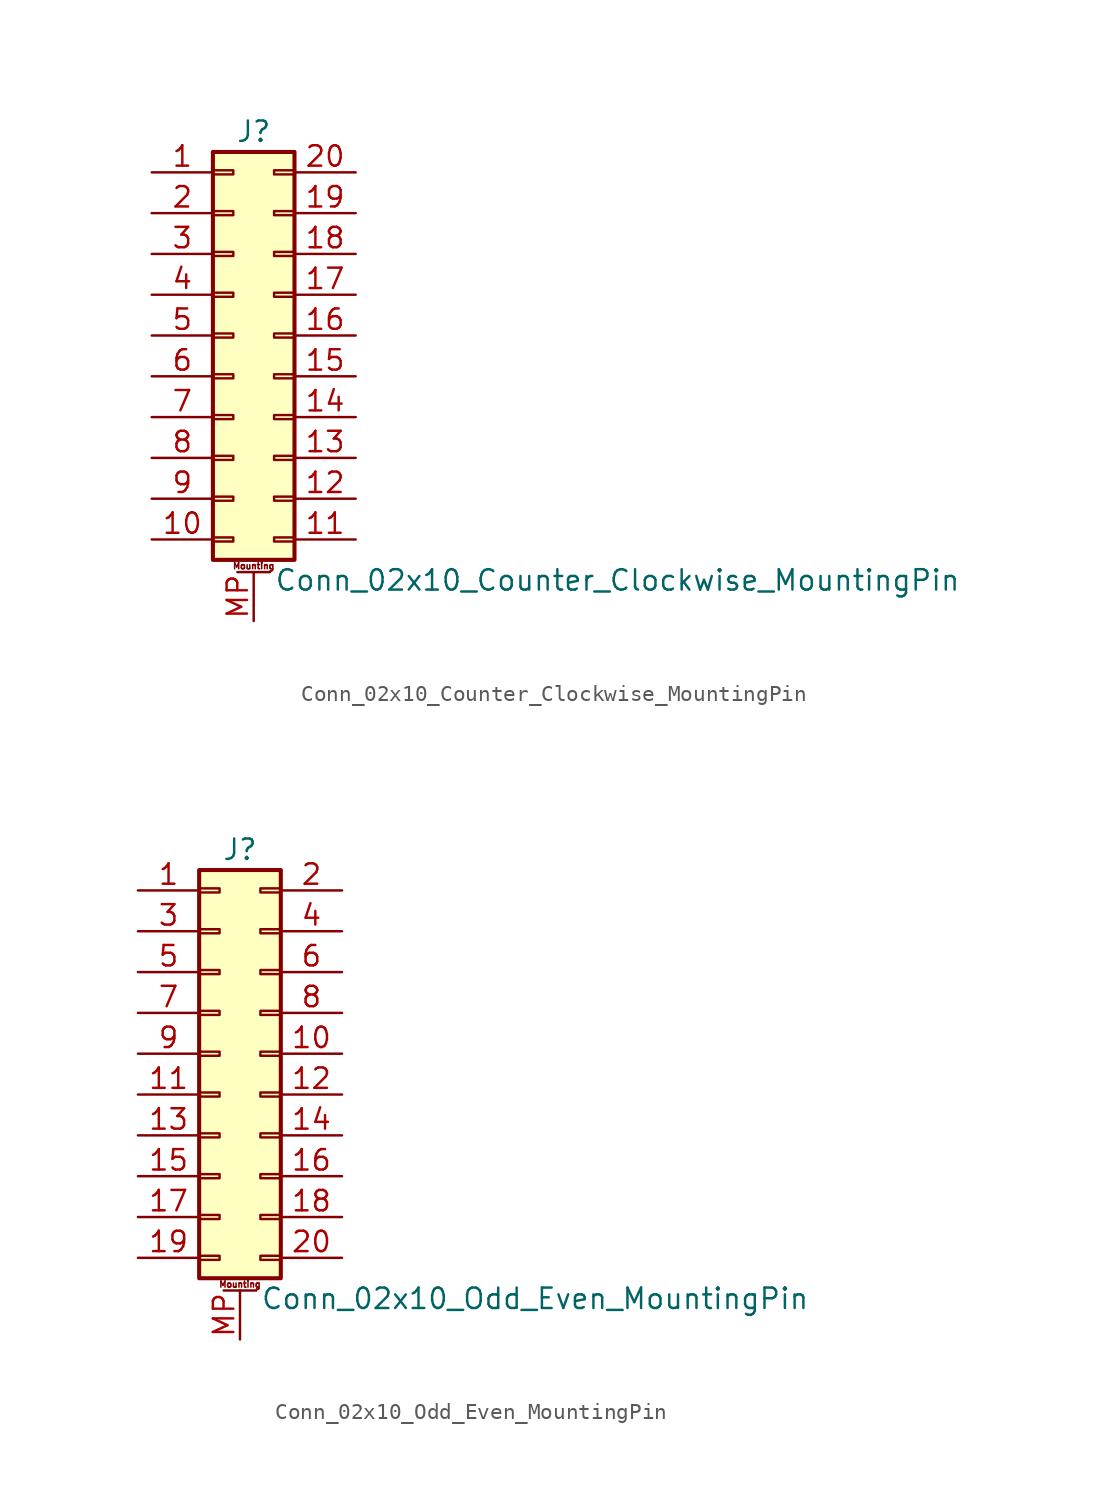
<source format=kicad_sym>
(kicad_symbol_lib
  (version 20211014)
  (generator kicad_symbol_editor)
  (symbol "Conn_02x10_Counter_Clockwise_MountingPin"
    (pin_names
      (offset 1.016) hide)
    (property "Reference" "J"
      (at 1.27 12.7 0)
      (effects (font (size 1.27 1.27))))
    (property "Value" "Conn_02x10_Counter_Clockwise_MountingPin"
      (at 2.54 -15.24 0)
      (effects (font (size 1.27 1.27)) (justify left)))
    (symbol "Conn_02x10_Counter_Clockwise_MountingPin_1_1"
      (rectangle (start -1.27 -12.573) (end 0 -12.827) (stroke (width 0.152) (type default) (color 0 0 0 0)) (fill (type none)))
      (rectangle (start -1.27 -10.033) (end 0 -10.287) (stroke (width 0.152) (type default) (color 0 0 0 0)) (fill (type none)))
      (rectangle (start -1.27 -7.493) (end 0 -7.747) (stroke (width 0.152) (type default) (color 0 0 0 0)) (fill (type none)))
      (rectangle (start -1.27 -4.953) (end 0 -5.207) (stroke (width 0.152) (type default) (color 0 0 0 0)) (fill (type none)))
      (rectangle (start -1.27 -2.413) (end 0 -2.667) (stroke (width 0.152) (type default) (color 0 0 0 0)) (fill (type none)))
      (rectangle (start -1.27 0.127) (end 0 -0.127) (stroke (width 0.152) (type default) (color 0 0 0 0)) (fill (type none)))
      (rectangle (start -1.27 2.667) (end 0 2.413) (stroke (width 0.152) (type default) (color 0 0 0 0)) (fill (type none)))
      (rectangle (start -1.27 5.207) (end 0 4.953) (stroke (width 0.152) (type default) (color 0 0 0 0)) (fill (type none)))
      (rectangle (start -1.27 7.747) (end 0 7.493) (stroke (width 0.152) (type default) (color 0 0 0 0)) (fill (type none)))
      (rectangle (start -1.27 10.287) (end 0 10.033) (stroke (width 0.152) (type default) (color 0 0 0 0)) (fill (type none)))
      (rectangle (start -1.27 11.43) (end 3.81 -13.97) (stroke (width 0.254) (type default) (color 0 0 0 0)) (fill (type background)))
      (polyline (pts (xy 0.254 -14.732) (xy 2.286 -14.732)) (stroke (width 0.152) (type default) (color 0 0 0 0)) (fill (type none)))
      (rectangle (start 3.81 -12.573) (end 2.54 -12.827) (stroke (width 0.152) (type default) (color 0 0 0 0)) (fill (type none)))
      (rectangle (start 3.81 -10.033) (end 2.54 -10.287) (stroke (width 0.152) (type default) (color 0 0 0 0)) (fill (type none)))
      (rectangle (start 3.81 -7.493) (end 2.54 -7.747) (stroke (width 0.152) (type default) (color 0 0 0 0)) (fill (type none)))
      (rectangle (start 3.81 -4.953) (end 2.54 -5.207) (stroke (width 0.152) (type default) (color 0 0 0 0)) (fill (type none)))
      (rectangle (start 3.81 -2.413) (end 2.54 -2.667) (stroke (width 0.152) (type default) (color 0 0 0 0)) (fill (type none)))
      (rectangle (start 3.81 0.127) (end 2.54 -0.127) (stroke (width 0.152) (type default) (color 0 0 0 0)) (fill (type none)))
      (rectangle (start 3.81 2.667) (end 2.54 2.413) (stroke (width 0.152) (type default) (color 0 0 0 0)) (fill (type none)))
      (rectangle (start 3.81 5.207) (end 2.54 4.953) (stroke (width 0.152) (type default) (color 0 0 0 0)) (fill (type none)))
      (rectangle (start 3.81 7.747) (end 2.54 7.493) (stroke (width 0.152) (type default) (color 0 0 0 0)) (fill (type none)))
      (rectangle (start 3.81 10.287) (end 2.54 10.033) (stroke (width 0.152) (type default) (color 0 0 0 0)) (fill (type none)))
      (text "Mounting" (at 1.27 -14.351 0) (effects (font (size 0.381 0.381))))
      (pin passive line (at -5.08 10.16 0) (length 3.81) (name "Pin_1" (effects (font (size 1.27 1.27)))) (number "1" (effects (font (size 1.27 1.27)))))
      (pin passive line (at -5.08 -12.7 0) (length 3.81) (name "Pin_10" (effects (font (size 1.27 1.27)))) (number "10" (effects (font (size 1.27 1.27)))))
      (pin passive line (at 7.62 -12.7 180) (length 3.81) (name "Pin_11" (effects (font (size 1.27 1.27)))) (number "11" (effects (font (size 1.27 1.27)))))
      (pin passive line (at 7.62 -10.16 180) (length 3.81) (name "Pin_12" (effects (font (size 1.27 1.27)))) (number "12" (effects (font (size 1.27 1.27)))))
      (pin passive line (at 7.62 -7.62 180) (length 3.81) (name "Pin_13" (effects (font (size 1.27 1.27)))) (number "13" (effects (font (size 1.27 1.27)))))
      (pin passive line (at 7.62 -5.08 180) (length 3.81) (name "Pin_14" (effects (font (size 1.27 1.27)))) (number "14" (effects (font (size 1.27 1.27)))))
      (pin passive line (at 7.62 -2.54 180) (length 3.81) (name "Pin_15" (effects (font (size 1.27 1.27)))) (number "15" (effects (font (size 1.27 1.27)))))
      (pin passive line (at 7.62 0 180) (length 3.81) (name "Pin_16" (effects (font (size 1.27 1.27)))) (number "16" (effects (font (size 1.27 1.27)))))
      (pin passive line (at 7.62 2.54 180) (length 3.81) (name "Pin_17" (effects (font (size 1.27 1.27)))) (number "17" (effects (font (size 1.27 1.27)))))
      (pin passive line (at 7.62 5.08 180) (length 3.81) (name "Pin_18" (effects (font (size 1.27 1.27)))) (number "18" (effects (font (size 1.27 1.27)))))
      (pin passive line (at 7.62 7.62 180) (length 3.81) (name "Pin_19" (effects (font (size 1.27 1.27)))) (number "19" (effects (font (size 1.27 1.27)))))
      (pin passive line (at -5.08 7.62 0) (length 3.81) (name "Pin_2" (effects (font (size 1.27 1.27)))) (number "2" (effects (font (size 1.27 1.27)))))
      (pin passive line (at 7.62 10.16 180) (length 3.81) (name "Pin_20" (effects (font (size 1.27 1.27)))) (number "20" (effects (font (size 1.27 1.27)))))
      (pin passive line (at -5.08 5.08 0) (length 3.81) (name "Pin_3" (effects (font (size 1.27 1.27)))) (number "3" (effects (font (size 1.27 1.27)))))
      (pin passive line (at -5.08 2.54 0) (length 3.81) (name "Pin_4" (effects (font (size 1.27 1.27)))) (number "4" (effects (font (size 1.27 1.27)))))
      (pin passive line (at -5.08 0 0) (length 3.81) (name "Pin_5" (effects (font (size 1.27 1.27)))) (number "5" (effects (font (size 1.27 1.27)))))
      (pin passive line (at -5.08 -2.54 0) (length 3.81) (name "Pin_6" (effects (font (size 1.27 1.27)))) (number "6" (effects (font (size 1.27 1.27)))))
      (pin passive line (at -5.08 -5.08 0) (length 3.81) (name "Pin_7" (effects (font (size 1.27 1.27)))) (number "7" (effects (font (size 1.27 1.27)))))
      (pin passive line (at -5.08 -7.62 0) (length 3.81) (name "Pin_8" (effects (font (size 1.27 1.27)))) (number "8" (effects (font (size 1.27 1.27)))))
      (pin passive line (at -5.08 -10.16 0) (length 3.81) (name "Pin_9" (effects (font (size 1.27 1.27)))) (number "9" (effects (font (size 1.27 1.27)))))
      (pin passive line (at 1.27 -17.78 90) (length 3.048) (name "MountPin" (effects (font (size 1.27 1.27)))) (number "MP" (effects (font (size 1.27 1.27)))))))
  (symbol "Conn_02x10_Odd_Even_MountingPin"
    (pin_names
      (offset 1.016) hide)
    (property "Reference" "J"
      (at 1.27 12.7 0)
      (effects (font (size 1.27 1.27))))
    (property "Value" "Conn_02x10_Odd_Even_MountingPin"
      (at 2.54 -15.24 0)
      (effects (font (size 1.27 1.27)) (justify left)))
    (symbol "Conn_02x10_Odd_Even_MountingPin_1_1"
      (rectangle (start -1.27 -12.573) (end 0 -12.827) (stroke (width 0.152) (type default) (color 0 0 0 0)) (fill (type none)))
      (rectangle (start -1.27 -10.033) (end 0 -10.287) (stroke (width 0.152) (type default) (color 0 0 0 0)) (fill (type none)))
      (rectangle (start -1.27 -7.493) (end 0 -7.747) (stroke (width 0.152) (type default) (color 0 0 0 0)) (fill (type none)))
      (rectangle (start -1.27 -4.953) (end 0 -5.207) (stroke (width 0.152) (type default) (color 0 0 0 0)) (fill (type none)))
      (rectangle (start -1.27 -2.413) (end 0 -2.667) (stroke (width 0.152) (type default) (color 0 0 0 0)) (fill (type none)))
      (rectangle (start -1.27 0.127) (end 0 -0.127) (stroke (width 0.152) (type default) (color 0 0 0 0)) (fill (type none)))
      (rectangle (start -1.27 2.667) (end 0 2.413) (stroke (width 0.152) (type default) (color 0 0 0 0)) (fill (type none)))
      (rectangle (start -1.27 5.207) (end 0 4.953) (stroke (width 0.152) (type default) (color 0 0 0 0)) (fill (type none)))
      (rectangle (start -1.27 7.747) (end 0 7.493) (stroke (width 0.152) (type default) (color 0 0 0 0)) (fill (type none)))
      (rectangle (start -1.27 10.287) (end 0 10.033) (stroke (width 0.152) (type default) (color 0 0 0 0)) (fill (type none)))
      (rectangle (start -1.27 11.43) (end 3.81 -13.97) (stroke (width 0.254) (type default) (color 0 0 0 0)) (fill (type background)))
      (polyline (pts (xy 0.254 -14.732) (xy 2.286 -14.732)) (stroke (width 0.152) (type default) (color 0 0 0 0)) (fill (type none)))
      (rectangle (start 3.81 -12.573) (end 2.54 -12.827) (stroke (width 0.152) (type default) (color 0 0 0 0)) (fill (type none)))
      (rectangle (start 3.81 -10.033) (end 2.54 -10.287) (stroke (width 0.152) (type default) (color 0 0 0 0)) (fill (type none)))
      (rectangle (start 3.81 -7.493) (end 2.54 -7.747) (stroke (width 0.152) (type default) (color 0 0 0 0)) (fill (type none)))
      (rectangle (start 3.81 -4.953) (end 2.54 -5.207) (stroke (width 0.152) (type default) (color 0 0 0 0)) (fill (type none)))
      (rectangle (start 3.81 -2.413) (end 2.54 -2.667) (stroke (width 0.152) (type default) (color 0 0 0 0)) (fill (type none)))
      (rectangle (start 3.81 0.127) (end 2.54 -0.127) (stroke (width 0.152) (type default) (color 0 0 0 0)) (fill (type none)))
      (rectangle (start 3.81 2.667) (end 2.54 2.413) (stroke (width 0.152) (type default) (color 0 0 0 0)) (fill (type none)))
      (rectangle (start 3.81 5.207) (end 2.54 4.953) (stroke (width 0.152) (type default) (color 0 0 0 0)) (fill (type none)))
      (rectangle (start 3.81 7.747) (end 2.54 7.493) (stroke (width 0.152) (type default) (color 0 0 0 0)) (fill (type none)))
      (rectangle (start 3.81 10.287) (end 2.54 10.033) (stroke (width 0.152) (type default) (color 0 0 0 0)) (fill (type none)))
      (text "Mounting" (at 1.27 -14.351 0) (effects (font (size 0.381 0.381))))
      (pin passive line (at -5.08 10.16 0) (length 3.81) (name "Pin_1" (effects (font (size 1.27 1.27)))) (number "1" (effects (font (size 1.27 1.27)))))
      (pin passive line (at 7.62 0 180) (length 3.81) (name "Pin_10" (effects (font (size 1.27 1.27)))) (number "10" (effects (font (size 1.27 1.27)))))
      (pin passive line (at -5.08 -2.54 0) (length 3.81) (name "Pin_11" (effects (font (size 1.27 1.27)))) (number "11" (effects (font (size 1.27 1.27)))))
      (pin passive line (at 7.62 -2.54 180) (length 3.81) (name "Pin_12" (effects (font (size 1.27 1.27)))) (number "12" (effects (font (size 1.27 1.27)))))
      (pin passive line (at -5.08 -5.08 0) (length 3.81) (name "Pin_13" (effects (font (size 1.27 1.27)))) (number "13" (effects (font (size 1.27 1.27)))))
      (pin passive line (at 7.62 -5.08 180) (length 3.81) (name "Pin_14" (effects (font (size 1.27 1.27)))) (number "14" (effects (font (size 1.27 1.27)))))
      (pin passive line (at -5.08 -7.62 0) (length 3.81) (name "Pin_15" (effects (font (size 1.27 1.27)))) (number "15" (effects (font (size 1.27 1.27)))))
      (pin passive line (at 7.62 -7.62 180) (length 3.81) (name "Pin_16" (effects (font (size 1.27 1.27)))) (number "16" (effects (font (size 1.27 1.27)))))
      (pin passive line (at -5.08 -10.16 0) (length 3.81) (name "Pin_17" (effects (font (size 1.27 1.27)))) (number "17" (effects (font (size 1.27 1.27)))))
      (pin passive line (at 7.62 -10.16 180) (length 3.81) (name "Pin_18" (effects (font (size 1.27 1.27)))) (number "18" (effects (font (size 1.27 1.27)))))
      (pin passive line (at -5.08 -12.7 0) (length 3.81) (name "Pin_19" (effects (font (size 1.27 1.27)))) (number "19" (effects (font (size 1.27 1.27)))))
      (pin passive line (at 7.62 10.16 180) (length 3.81) (name "Pin_2" (effects (font (size 1.27 1.27)))) (number "2" (effects (font (size 1.27 1.27)))))
      (pin passive line (at 7.62 -12.7 180) (length 3.81) (name "Pin_20" (effects (font (size 1.27 1.27)))) (number "20" (effects (font (size 1.27 1.27)))))
      (pin passive line (at -5.08 7.62 0) (length 3.81) (name "Pin_3" (effects (font (size 1.27 1.27)))) (number "3" (effects (font (size 1.27 1.27)))))
      (pin passive line (at 7.62 7.62 180) (length 3.81) (name "Pin_4" (effects (font (size 1.27 1.27)))) (number "4" (effects (font (size 1.27 1.27)))))
      (pin passive line (at -5.08 5.08 0) (length 3.81) (name "Pin_5" (effects (font (size 1.27 1.27)))) (number "5" (effects (font (size 1.27 1.27)))))
      (pin passive line (at 7.62 5.08 180) (length 3.81) (name "Pin_6" (effects (font (size 1.27 1.27)))) (number "6" (effects (font (size 1.27 1.27)))))
      (pin passive line (at -5.08 2.54 0) (length 3.81) (name "Pin_7" (effects (font (size 1.27 1.27)))) (number "7" (effects (font (size 1.27 1.27)))))
      (pin passive line (at 7.62 2.54 180) (length 3.81) (name "Pin_8" (effects (font (size 1.27 1.27)))) (number "8" (effects (font (size 1.27 1.27)))))
      (pin passive line (at -5.08 0 0) (length 3.81) (name "Pin_9" (effects (font (size 1.27 1.27)))) (number "9" (effects (font (size 1.27 1.27)))))
      (pin passive line (at 1.27 -17.78 90) (length 3.048) (name "MountPin" (effects (font (size 1.27 1.27)))) (number "MP" (effects (font (size 1.27 1.27))))))))
</source>
